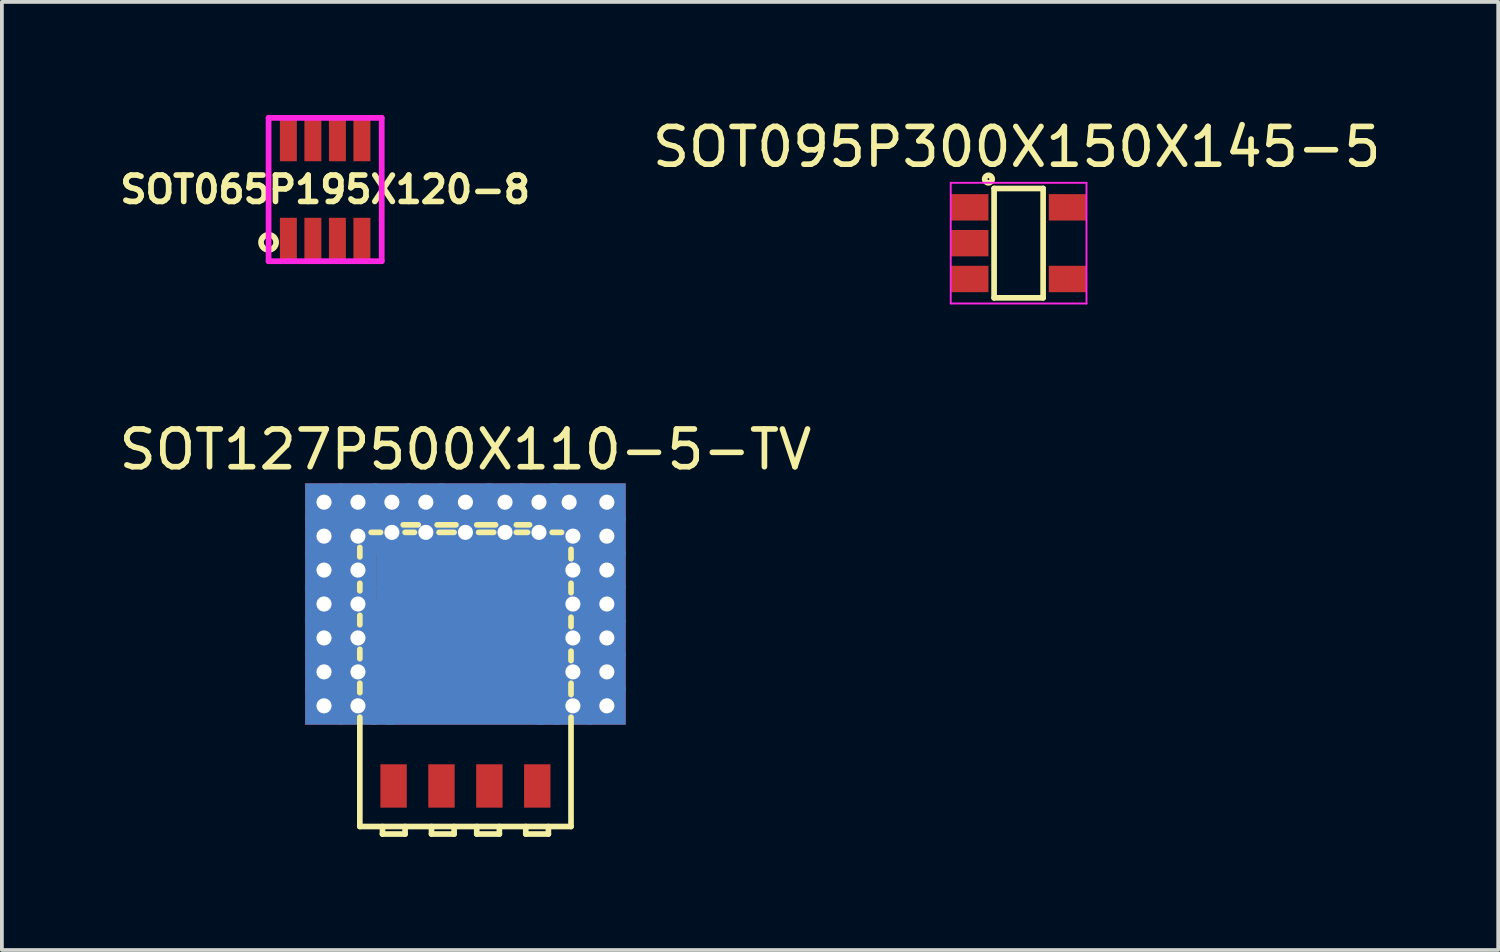
<source format=kicad_pcb>
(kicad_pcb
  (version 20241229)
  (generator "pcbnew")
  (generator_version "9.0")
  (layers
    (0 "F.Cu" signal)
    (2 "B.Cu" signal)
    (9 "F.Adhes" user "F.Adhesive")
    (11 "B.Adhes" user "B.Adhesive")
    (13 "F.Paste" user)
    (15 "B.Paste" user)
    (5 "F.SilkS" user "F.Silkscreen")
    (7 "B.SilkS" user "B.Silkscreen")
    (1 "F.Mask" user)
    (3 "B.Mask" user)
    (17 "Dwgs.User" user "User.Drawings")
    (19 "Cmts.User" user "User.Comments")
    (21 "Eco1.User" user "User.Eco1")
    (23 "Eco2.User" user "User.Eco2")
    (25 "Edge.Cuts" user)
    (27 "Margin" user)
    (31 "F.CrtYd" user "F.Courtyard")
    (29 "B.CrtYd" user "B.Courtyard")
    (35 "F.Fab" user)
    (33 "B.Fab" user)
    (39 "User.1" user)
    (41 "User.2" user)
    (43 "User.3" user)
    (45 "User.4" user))
  (footprint "SOT065P195X120-8"
    (layer "F.Cu")
    (at 5.572 1.976)
    (property "Reference" "SOT065P195X120-8" (at 0 0 0) (layer "F.SilkS") (effects (font (size 0.7 0.7) (thickness 0.15))))
    (attr through_hole)
    (fp_circle (center -1.5 1.4) (end -1.3 1.4) (stroke (width 0.152) (type solid)) (fill no) (layer "F.SilkS"))
    (fp_line (start -1.5 -1.9) (end -1.5 1.9) (stroke (width 0.152) (type solid)) (layer "F.CrtYd"))
    (fp_line (start -1.5 -1.9) (end 1.5 -1.9) (stroke (width 0.152) (type solid)) (layer "F.CrtYd"))
    (fp_line (start -1.5 1.9) (end 1.5 1.9) (stroke (width 0.152) (type solid)) (layer "F.CrtYd"))
    (fp_line (start 1.5 -1.9) (end 1.5 1.9) (stroke (width 0.152) (type solid)) (layer "F.CrtYd"))
    (pad "1" smd rect (at -0.975 1.3) (size 0.45 1.1) (layers "F.Cu" "F.Mask" "F.Paste"))
    (pad "2" smd rect (at -0.325 1.3) (size 0.45 1.1) (layers "F.Cu" "F.Mask" "F.Paste"))
    (pad "3" smd rect (at 0.325 1.3) (size 0.45 1.1) (layers "F.Cu" "F.Mask" "F.Paste"))
    (pad "4" smd rect (at 0.975 1.3) (size 0.45 1.1) (layers "F.Cu" "F.Mask" "F.Paste"))
    (pad "5" smd rect (at 0.975 -1.3) (size 0.45 1.1) (layers "F.Cu" "F.Mask" "F.Paste"))
    (pad "6" smd rect (at 0.325 -1.3) (size 0.45 1.1) (layers "F.Cu" "F.Mask" "F.Paste"))
    (pad "7" smd rect (at -0.325 -1.3) (size 0.45 1.1) (layers "F.Cu" "F.Mask" "F.Paste"))
    (pad "8" smd rect (at -0.975 -1.3) (size 0.45 1.1) (layers "F.Cu" "F.Mask" "F.Paste")))
  (footprint "SOT127P500X110-5-TV"
    (layer "F.Cu")
    (at 9.292 14.967)
    (property "Reference" "SOT127P500X110-5-TV" (at 0 -6.096 0) (layer "F.SilkS") (effects (font (size 1 1) (thickness 0.15))))
    (attr smd)
    (fp_line (start -2.8 -3.5) (end -2.8 -3.25) (stroke (width 0.15) (type solid)) (layer "F.SilkS"))
    (fp_line (start -2.8 -2.55) (end -2.8 -2.35) (stroke (width 0.15) (type solid)) (layer "F.SilkS"))
    (fp_line (start -2.8 -1.7) (end -2.8 -1.45) (stroke (width 0.15) (type solid)) (layer "F.SilkS"))
    (fp_line (start -2.8 -0.8) (end -2.8 -0.55) (stroke (width 0.15) (type solid)) (layer "F.SilkS"))
    (fp_line (start -2.8 0.1) (end -2.8 0.35) (stroke (width 0.15) (type solid)) (layer "F.SilkS"))
    (fp_line (start -2.8 1) (end -2.8 3.9) (stroke (width 0.15) (type solid)) (layer "F.SilkS"))
    (fp_line (start -2.25 -3.9) (end -2.5 -3.9) (stroke (width 0.15) (type solid)) (layer "F.SilkS"))
    (fp_line (start -2.2 3.9) (end -2.2 4.1) (stroke (width 0.15) (type solid)) (layer "F.SilkS"))
    (fp_line (start -2.2 4.1) (end -1.6 4.1) (stroke (width 0.15) (type solid)) (layer "F.SilkS"))
    (fp_line (start -1.6 4.1) (end -1.6 3.9) (stroke (width 0.15) (type solid)) (layer "F.SilkS"))
    (fp_line (start -1.35 -3.9) (end -1.6 -3.9) (stroke (width 0.15) (type solid)) (layer "F.SilkS"))
    (fp_line (start -1.25 -4.1) (end -1.65 -4.1) (stroke (width 0.15) (type solid)) (layer "F.SilkS"))
    (fp_line (start -0.9 3.9) (end -0.9 4.1) (stroke (width 0.15) (type solid)) (layer "F.SilkS"))
    (fp_line (start -0.9 4.1) (end -0.3 4.1) (stroke (width 0.15) (type solid)) (layer "F.SilkS"))
    (fp_line (start -0.3 -3.9) (end -0.7 -3.9) (stroke (width 0.15) (type solid)) (layer "F.SilkS"))
    (fp_line (start -0.3 4.1) (end -0.3 3.9) (stroke (width 0.15) (type solid)) (layer "F.SilkS"))
    (fp_line (start -0.25 -4.1) (end -0.75 -4.1) (stroke (width 0.15) (type solid)) (layer "F.SilkS"))
    (fp_line (start 0.3 3.9) (end 0.3 4.1) (stroke (width 0.15) (type solid)) (layer "F.SilkS"))
    (fp_line (start 0.3 4.1) (end 0.9 4.1) (stroke (width 0.15) (type solid)) (layer "F.SilkS"))
    (fp_line (start 0.75 -3.9) (end 0.35 -3.9) (stroke (width 0.15) (type solid)) (layer "F.SilkS"))
    (fp_line (start 0.8 -4.1) (end 0.3 -4.1) (stroke (width 0.15) (type solid)) (layer "F.SilkS"))
    (fp_line (start 0.9 4.1) (end 0.9 3.9) (stroke (width 0.15) (type solid)) (layer "F.SilkS"))
    (fp_line (start 1.6 3.9) (end 1.6 4.1) (stroke (width 0.15) (type solid)) (layer "F.SilkS"))
    (fp_line (start 1.6 4.1) (end 2.2 4.1) (stroke (width 0.15) (type solid)) (layer "F.SilkS"))
    (fp_line (start 1.65 -3.9) (end 1.35 -3.9) (stroke (width 0.15) (type solid)) (layer "F.SilkS"))
    (fp_line (start 1.7 -4.1) (end 1.35 -4.1) (stroke (width 0.15) (type solid)) (layer "F.SilkS"))
    (fp_line (start 2.2 4.1) (end 2.2 3.9) (stroke (width 0.15) (type solid)) (layer "F.SilkS"))
    (fp_line (start 2.55 -3.9) (end 2.3 -3.9) (stroke (width 0.15) (type solid)) (layer "F.SilkS"))
    (fp_line (start 2.8 -3.2) (end 2.8 -3.45) (stroke (width 0.15) (type solid)) (layer "F.SilkS"))
    (fp_line (start 2.8 -2.3) (end 2.8 -2.55) (stroke (width 0.15) (type solid)) (layer "F.SilkS"))
    (fp_line (start 2.8 -1.4) (end 2.8 -1.65) (stroke (width 0.15) (type solid)) (layer "F.SilkS"))
    (fp_line (start 2.8 -0.5) (end 2.8 -0.75) (stroke (width 0.15) (type solid)) (layer "F.SilkS"))
    (fp_line (start 2.8 0.4) (end 2.8 0.1) (stroke (width 0.15) (type solid)) (layer "F.SilkS"))
    (fp_line (start 2.8 3.9) (end -2.8 3.9) (stroke (width 0.15) (type solid)) (layer "F.SilkS"))
    (fp_line (start 2.8 3.9) (end 2.8 1) (stroke (width 0.15) (type solid)) (layer "F.SilkS"))
    (pad "" smd rect (at -1.875 -2.9) (size 0.6 0.9) (layers "F.Paste"))
    (pad "" smd rect (at -1.15 -1.05 90) (size 0.6 0.9) (layers "F.Paste"))
    (pad "" smd rect (at -1.15 -0.2 90) (size 0.6 0.9) (layers "F.Paste"))
    (pad "" smd rect (at -1.15 0.65 90) (size 0.6 0.9) (layers "F.Paste"))
    (pad "" smd rect (at -0.6 -2.9) (size 0.6 0.9) (layers "F.Paste"))
    (pad "" smd rect (at 0 -1.05 90) (size 0.6 0.9) (layers "F.Paste"))
    (pad "" smd rect (at 0 -0.2 90) (size 0.6 0.9) (layers "F.Paste"))
    (pad "" smd rect (at 0 0.65 90) (size 0.6 0.9) (layers "F.Paste"))
    (pad "" smd rect (at 0.6 -2.9) (size 0.6 0.9) (layers "F.Paste"))
    (pad "" smd rect (at 1.15 -1.05 90) (size 0.6 0.9) (layers "F.Paste"))
    (pad "" smd rect (at 1.15 -0.2 90) (size 0.6 0.9) (layers "F.Paste"))
    (pad "" smd rect (at 1.15 0.65 90) (size 0.6 0.9) (layers "F.Paste"))
    (pad "" smd rect (at 1.875 -2.9) (size 0.6 0.9) (layers "F.Paste"))
    (pad "1" smd rect (at -1.905 2.825) (size 0.7 1.15) (layers "F.Cu" "F.Mask" "F.Paste"))
    (pad "2" smd rect (at -0.635 2.825) (size 0.7 1.15) (layers "F.Cu" "F.Mask" "F.Paste"))
    (pad "3" smd rect (at 0.635 2.825) (size 0.7 1.15) (layers "F.Cu" "F.Mask" "F.Paste"))
    (pad "4" smd rect (at 1.905 2.825) (size 0.7 1.15) (layers "F.Cu" "F.Mask" "F.Paste"))
    (pad "5" thru_hole rect (at -3.75 -4.7) (size 1 1) (drill 0.4) (layers "*.Cu"))
    (pad "5" thru_hole rect (at -3.75 -3.8) (size 1 1) (drill 0.4) (layers "*.Cu"))
    (pad "5" thru_hole rect (at -3.75 -2.9) (size 1 1) (drill 0.4) (layers "*.Cu"))
    (pad "5" thru_hole rect (at -3.75 -2) (size 1 1) (drill 0.4) (layers "*.Cu"))
    (pad "5" thru_hole rect (at -3.75 -1.1) (size 1 1) (drill 0.4) (layers "*.Cu"))
    (pad "5" thru_hole rect (at -3.75 -0.2) (size 1 1) (drill 0.4) (layers "*.Cu"))
    (pad "5" thru_hole rect (at -3.75 0.7) (size 1 1) (drill 0.4) (layers "*.Cu"))
    (pad "5" thru_hole rect (at -2.85 -4.7) (size 1 1) (drill 0.4) (layers "*.Cu"))
    (pad "5" thru_hole rect (at -2.85 -3.8) (size 1 1) (drill 0.4) (layers "*.Cu"))
    (pad "5" thru_hole rect (at -2.85 -2.9) (size 1 1) (drill 0.4) (layers "*.Cu"))
    (pad "5" thru_hole rect (at -2.85 -2) (size 1 1) (drill 0.4) (layers "*.Cu"))
    (pad "5" thru_hole rect (at -2.85 -1.1) (size 1 1) (drill 0.4) (layers "*.Cu"))
    (pad "5" thru_hole rect (at -2.85 -0.2) (size 1 1) (drill 0.4) (layers "*.Cu"))
    (pad "5" thru_hole rect (at -2.85 0.7) (size 1 1) (drill 0.4) (layers "*.Cu"))
    (pad "5" smd rect (at -2.25 -1.75) (size 0.5 0.5) (layers "F.Cu"))
    (pad "5" smd rect (at -2.2 -0.45) (size 0.6 3.3) (layers "F.Cu"))
    (pad "5" smd rect (at -2.2 -0.45) (size 0.6 3.3) (layers "B.Cu"))
    (pad "5" thru_hole rect (at -1.95 -4.7) (size 1 1) (drill 0.4) (layers "*.Cu"))
    (pad "5" thru_hole rect (at -1.95 -3.9) (size 1 1) (drill 0.4) (layers "*.Cu"))
    (pad "5" thru_hole rect (at -1.05 -4.7) (size 1 1) (drill 0.4) (layers "*.Cu"))
    (pad "5" thru_hole rect (at -1.05 -3.9) (size 1 1) (drill 0.4) (layers "*.Cu"))
    (pad "5" thru_hole rect (at 0 -4.7) (size 1.4 1) (drill 0.4) (layers "*.Cu"))
    (pad "5" thru_hole rect (at 0 -3.9) (size 1.4 1) (drill 0.4) (layers "*.Cu"))
    (pad "5" smd rect (at 0 -2.65) (size 4.7 1.55) (layers "F.Cu" "F.Mask"))
    (pad "5" smd rect (at 0 -2.65) (size 4.7 1.55) (layers "F.Mask" "B.Cu"))
    (pad "5" smd rect (at 0 -0.45) (size 4.2 3.3) (layers "F.Cu" "F.Mask"))
    (pad "5" smd rect (at 0 -0.45) (size 4.2 3.3) (layers "F.Mask" "B.Cu"))
    (pad "5" thru_hole rect (at 1.05 -4.7) (size 1 1) (drill 0.4) (layers "*.Cu"))
    (pad "5" thru_hole rect (at 1.05 -3.9) (size 1 1) (drill 0.4) (layers "*.Cu"))
    (pad "5" thru_hole rect (at 1.95 -4.7) (size 1 1) (drill 0.4) (layers "*.Cu"))
    (pad "5" thru_hole rect (at 1.95 -3.9) (size 1 1) (drill 0.4) (layers "*.Cu"))
    (pad "5" smd rect (at 2.2 -0.45) (size 0.6 3.3) (layers "F.Cu"))
    (pad "5" smd rect (at 2.2 -0.45) (size 0.6 3.3) (layers "B.Cu"))
    (pad "5" smd rect (at 2.25 -1.75) (size 0.5 0.5) (layers "F.Cu"))
    (pad "5" thru_hole rect (at 2.75 -4.7) (size 1 1) (drill 0.4) (layers "*.Cu"))
    (pad "5" thru_hole rect (at 2.85 -3.8) (size 1 1) (drill 0.4) (layers "*.Cu"))
    (pad "5" thru_hole rect (at 2.85 -2.9) (size 1 1) (drill 0.4) (layers "*.Cu"))
    (pad "5" thru_hole rect (at 2.85 -2) (size 1 1) (drill 0.4) (layers "*.Cu"))
    (pad "5" thru_hole rect (at 2.85 -1.1) (size 1 1) (drill 0.4) (layers "*.Cu"))
    (pad "5" thru_hole rect (at 2.85 -0.2) (size 1 1) (drill 0.4) (layers "*.Cu"))
    (pad "5" thru_hole rect (at 2.85 0.7) (size 1 1) (drill 0.4) (layers "*.Cu"))
    (pad "5" thru_hole rect (at 3.75 -4.7) (size 1 1) (drill 0.4) (layers "*.Cu"))
    (pad "5" thru_hole rect (at 3.75 -3.8) (size 1 1) (drill 0.4) (layers "*.Cu"))
    (pad "5" thru_hole rect (at 3.75 -2.9) (size 1 1) (drill 0.4) (layers "*.Cu"))
    (pad "5" thru_hole rect (at 3.75 -2) (size 1 1) (drill 0.4) (layers "*.Cu"))
    (pad "5" thru_hole rect (at 3.75 -1.1) (size 1 1) (drill 0.4) (layers "*.Cu"))
    (pad "5" thru_hole rect (at 3.75 -0.2) (size 1 1) (drill 0.4) (layers "*.Cu"))
    (pad "5" thru_hole rect (at 3.75 0.7) (size 1 1) (drill 0.4) (layers "*.Cu")))
  (footprint "SOT095P300X150X145-5"
    (layer "F.Cu")
    (at 23.961 3.398)
    (property "Reference" "SOT095P300X150X145-5" (at -0.05 -2.55 0) (layer "F.SilkS") (effects (font (size 1 1) (thickness 0.15))))
    (attr smd)
    (fp_line (start -0.65 -1.45) (end -0.65 1.45) (stroke (width 0.15) (type solid)) (layer "F.SilkS"))
    (fp_line (start -0.65 1.45) (end 0.65 1.45) (stroke (width 0.15) (type solid)) (layer "F.SilkS"))
    (fp_line (start 0.65 -1.45) (end -0.65 -1.45) (stroke (width 0.15) (type solid)) (layer "F.SilkS"))
    (fp_line (start 0.65 1.45) (end 0.65 -1.45) (stroke (width 0.15) (type solid)) (layer "F.SilkS"))
    (fp_circle (center -0.8 -1.7) (end -0.7 -1.7) (stroke (width 0.15) (type solid)) (fill no) (layer "F.SilkS"))
    (fp_line (start -1.8 -1.6) (end 1.8 -1.6) (stroke (width 0.05) (type solid)) (layer "F.CrtYd"))
    (fp_line (start -1.8 1.6) (end -1.8 -1.6) (stroke (width 0.05) (type solid)) (layer "F.CrtYd"))
    (fp_line (start 1.8 -1.6) (end 1.8 1.6) (stroke (width 0.05) (type solid)) (layer "F.CrtYd"))
    (fp_line (start 1.8 1.6) (end -1.8 1.6) (stroke (width 0.05) (type solid)) (layer "F.CrtYd"))
    (pad "1" smd rect (at -1.3 -0.95) (size 1 0.7) (layers "F.Cu" "F.Mask" "F.Paste"))
    (pad "2" smd rect (at -1.3 0) (size 1 0.7) (layers "F.Cu" "F.Mask" "F.Paste"))
    (pad "3" smd rect (at -1.3 0.95) (size 1 0.7) (layers "F.Cu" "F.Mask" "F.Paste"))
    (pad "4" smd rect (at 1.3 0.95) (size 1 0.7) (layers "F.Cu" "F.Mask" "F.Paste"))
    (pad "5" smd rect (at 1.3 -0.95) (size 1 0.7) (layers "F.Cu" "F.Mask" "F.Paste")))
  (gr_rect
    (start -3 -3)
    (end 36.679 22.142)
    (stroke (width 0.1) (type default))
    (fill no)
    (layer "Edge.Cuts")))
</source>
